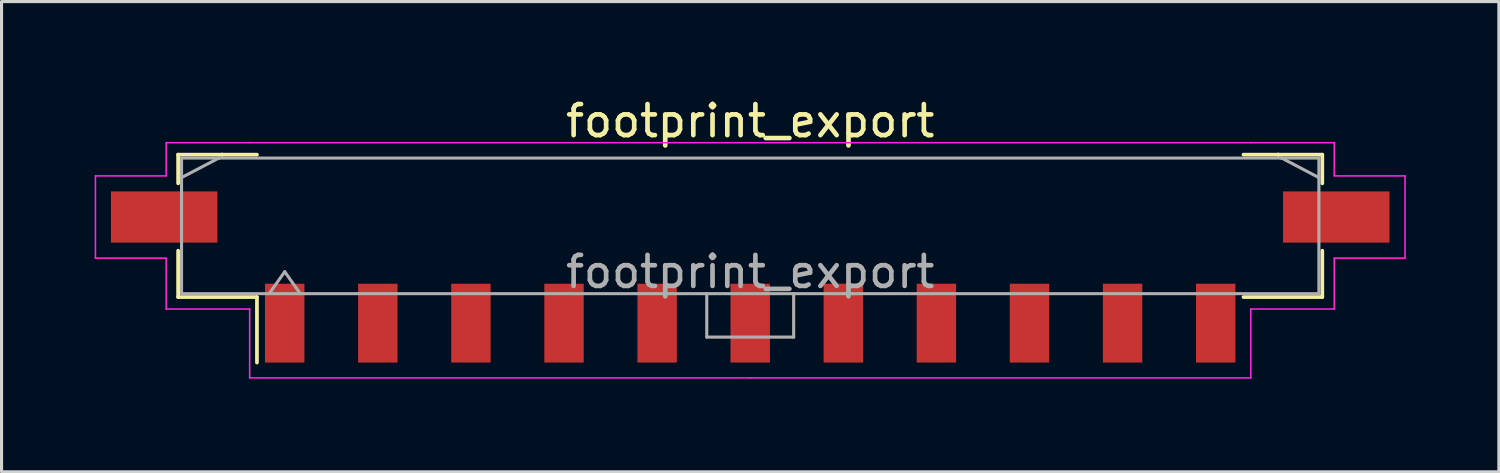
<source format=kicad_pcb>
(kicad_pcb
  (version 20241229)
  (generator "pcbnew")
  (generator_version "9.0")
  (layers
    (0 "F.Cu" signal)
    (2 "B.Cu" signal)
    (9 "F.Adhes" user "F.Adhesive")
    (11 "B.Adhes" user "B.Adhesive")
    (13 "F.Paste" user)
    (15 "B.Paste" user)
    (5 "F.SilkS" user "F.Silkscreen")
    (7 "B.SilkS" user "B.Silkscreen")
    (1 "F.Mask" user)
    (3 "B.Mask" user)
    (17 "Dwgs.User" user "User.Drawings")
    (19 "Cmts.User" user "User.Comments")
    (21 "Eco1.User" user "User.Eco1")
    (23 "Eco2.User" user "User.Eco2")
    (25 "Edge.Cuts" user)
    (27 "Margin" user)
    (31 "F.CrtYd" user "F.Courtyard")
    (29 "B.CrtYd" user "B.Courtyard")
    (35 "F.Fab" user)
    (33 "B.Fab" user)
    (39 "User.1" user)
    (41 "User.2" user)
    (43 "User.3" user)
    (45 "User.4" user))
  (footprint "footprint_export"
    (layer "F.Cu")
    (at 21.125 4.228)
    (property "Reference" "footprint_export" (at 0 -3.38 0) (layer "F.SilkS") (effects (font (size 1 1) (thickness 0.15))))
    (attr smd)
    (fp_line (start -18.435 -2.295) (end -17.015 -2.295) (stroke (width 0.12) (type solid)) (layer "F.SilkS"))
    (fp_line (start -18.435 -1.37) (end -18.435 -2.295) (stroke (width 0.12) (type solid)) (layer "F.SilkS"))
    (fp_line (start -18.435 0.8) (end -18.435 2.295) (stroke (width 0.12) (type solid)) (layer "F.SilkS"))
    (fp_line (start -18.435 2.295) (end -15.895 2.295) (stroke (width 0.12) (type solid)) (layer "F.SilkS"))
    (fp_line (start -17.015 -2.295) (end -17.015 -2.295) (stroke (width 0.12) (type solid)) (layer "F.SilkS"))
    (fp_line (start -17.015 -2.295) (end -15.895 -2.295) (stroke (width 0.12) (type solid)) (layer "F.SilkS"))
    (fp_line (start -15.895 2.295) (end -15.895 4.405) (stroke (width 0.12) (type solid)) (layer "F.SilkS"))
    (fp_line (start 17.015 -2.295) (end 15.895 -2.295) (stroke (width 0.12) (type solid)) (layer "F.SilkS"))
    (fp_line (start 17.015 -2.295) (end 17.015 -2.295) (stroke (width 0.12) (type solid)) (layer "F.SilkS"))
    (fp_line (start 18.435 -2.295) (end 17.015 -2.295) (stroke (width 0.12) (type solid)) (layer "F.SilkS"))
    (fp_line (start 18.435 -1.37) (end 18.435 -2.295) (stroke (width 0.12) (type solid)) (layer "F.SilkS"))
    (fp_line (start 18.435 0.8) (end 18.435 2.295) (stroke (width 0.12) (type solid)) (layer "F.SilkS"))
    (fp_line (start 18.435 2.295) (end 15.895 2.295) (stroke (width 0.12) (type solid)) (layer "F.SilkS"))
    (fp_line (start -21.1 -1.61) (end -21.1 1.04) (stroke (width 0.05) (type solid)) (layer "F.CrtYd"))
    (fp_line (start -21.1 1.04) (end -18.82 1.04) (stroke (width 0.05) (type solid)) (layer "F.CrtYd"))
    (fp_line (start -18.82 -2.68) (end -18.82 -1.61) (stroke (width 0.05) (type solid)) (layer "F.CrtYd"))
    (fp_line (start -18.82 -1.61) (end -21.1 -1.61) (stroke (width 0.05) (type solid)) (layer "F.CrtYd"))
    (fp_line (start -18.82 1.04) (end -18.82 2.68) (stroke (width 0.05) (type solid)) (layer "F.CrtYd"))
    (fp_line (start -18.82 2.68) (end -16.13 2.68) (stroke (width 0.05) (type solid)) (layer "F.CrtYd"))
    (fp_line (start -16.13 -2.68) (end -18.82 -2.68) (stroke (width 0.05) (type solid)) (layer "F.CrtYd"))
    (fp_line (start -16.13 2.68) (end -16.13 4.9) (stroke (width 0.05) (type solid)) (layer "F.CrtYd"))
    (fp_line (start -16.13 4.9) (end 0 4.9) (stroke (width 0.05) (type solid)) (layer "F.CrtYd"))
    (fp_line (start 0 -2.68) (end -16.13 -2.68) (stroke (width 0.05) (type solid)) (layer "F.CrtYd"))
    (fp_line (start 0 -2.68) (end 16.13 -2.68) (stroke (width 0.05) (type solid)) (layer "F.CrtYd"))
    (fp_line (start 16.13 -2.68) (end 18.82 -2.68) (stroke (width 0.05) (type solid)) (layer "F.CrtYd"))
    (fp_line (start 16.13 2.68) (end 16.13 4.9) (stroke (width 0.05) (type solid)) (layer "F.CrtYd"))
    (fp_line (start 16.13 4.9) (end 0 4.9) (stroke (width 0.05) (type solid)) (layer "F.CrtYd"))
    (fp_line (start 18.82 -2.68) (end 18.82 -1.61) (stroke (width 0.05) (type solid)) (layer "F.CrtYd"))
    (fp_line (start 18.82 -1.61) (end 21.1 -1.61) (stroke (width 0.05) (type solid)) (layer "F.CrtYd"))
    (fp_line (start 18.82 1.04) (end 18.82 2.68) (stroke (width 0.05) (type solid)) (layer "F.CrtYd"))
    (fp_line (start 18.82 2.68) (end 16.13 2.68) (stroke (width 0.05) (type solid)) (layer "F.CrtYd"))
    (fp_line (start 21.1 -1.61) (end 21.1 1.04) (stroke (width 0.05) (type solid)) (layer "F.CrtYd"))
    (fp_line (start 21.1 1.04) (end 18.82 1.04) (stroke (width 0.05) (type solid)) (layer "F.CrtYd"))
    (fp_line (start -18.325 -2.185) (end -18.325 2.185) (stroke (width 0.1) (type solid)) (layer "F.Fab"))
    (fp_line (start -18.325 -1.555) (end -17.125 -2.185) (stroke (width 0.1) (type solid)) (layer "F.Fab"))
    (fp_line (start -18.325 2.185) (end 18.325 2.185) (stroke (width 0.1) (type solid)) (layer "F.Fab"))
    (fp_line (start -17.125 -2.185) (end -18.325 -2.185) (stroke (width 0.1) (type solid)) (layer "F.Fab"))
    (fp_line (start -17.125 -2.185) (end -17.125 -2.185) (stroke (width 0.1) (type solid)) (layer "F.Fab"))
    (fp_line (start -15.5 2.185) (end -15 1.478) (stroke (width 0.1) (type solid)) (layer "F.Fab"))
    (fp_line (start -15 1.478) (end -14.5 2.185) (stroke (width 0.1) (type solid)) (layer "F.Fab"))
    (fp_line (start -1.4 2.185) (end -1.4 3.585) (stroke (width 0.1) (type solid)) (layer "F.Fab"))
    (fp_line (start -1.4 3.585) (end 1.4 3.585) (stroke (width 0.1) (type solid)) (layer "F.Fab"))
    (fp_line (start 1.4 3.585) (end 1.4 2.185) (stroke (width 0.1) (type solid)) (layer "F.Fab"))
    (fp_line (start 17.125 -2.185) (end -17.125 -2.185) (stroke (width 0.1) (type solid)) (layer "F.Fab"))
    (fp_line (start 17.125 -2.185) (end 17.125 -2.185) (stroke (width 0.1) (type solid)) (layer "F.Fab"))
    (fp_line (start 18.325 -2.185) (end 17.125 -2.185) (stroke (width 0.1) (type solid)) (layer "F.Fab"))
    (fp_line (start 18.325 -1.555) (end 17.125 -2.185) (stroke (width 0.1) (type solid)) (layer "F.Fab"))
    (fp_line (start 18.325 2.185) (end 18.325 -2.185) (stroke (width 0.1) (type solid)) (layer "F.Fab"))
    (fp_text user "${REFERENCE}" (at 0 1.48 0) (layer "F.Fab") (effects (font (size 1 1) (thickness 0.15))))
    (pad "1" smd rect (at -15 3.135) (size 1.27 2.54) (layers "F.Cu" "F.Mask" "F.Paste"))
    (pad "2" smd rect (at -12 3.135) (size 1.27 2.54) (layers "F.Cu" "F.Mask" "F.Paste"))
    (pad "3" smd rect (at -9 3.135) (size 1.27 2.54) (layers "F.Cu" "F.Mask" "F.Paste"))
    (pad "4" smd rect (at -6 3.135) (size 1.27 2.54) (layers "F.Cu" "F.Mask" "F.Paste"))
    (pad "5" smd rect (at -3 3.135) (size 1.27 2.54) (layers "F.Cu" "F.Mask" "F.Paste"))
    (pad "6" smd rect (at 0 3.135) (size 1.27 2.54) (layers "F.Cu" "F.Mask" "F.Paste"))
    (pad "7" smd rect (at 3 3.135) (size 1.27 2.54) (layers "F.Cu" "F.Mask" "F.Paste"))
    (pad "8" smd rect (at 6 3.135) (size 1.27 2.54) (layers "F.Cu" "F.Mask" "F.Paste"))
    (pad "9" smd rect (at 9 3.135) (size 1.27 2.54) (layers "F.Cu" "F.Mask" "F.Paste"))
    (pad "10" smd rect (at 12 3.135) (size 1.27 2.54) (layers "F.Cu" "F.Mask" "F.Paste"))
    (pad "11" smd rect (at 15 3.135) (size 1.27 2.54) (layers "F.Cu" "F.Mask" "F.Paste"))
    (pad "MP" smd rect (at -18.885 -0.285) (size 3.43 1.65) (layers "F.Cu" "F.Mask" "F.Paste"))
    (pad "MP" smd rect (at 18.885 -0.285) (size 3.43 1.65) (layers "F.Cu" "F.Mask" "F.Paste")))
  (gr_rect
    (start -3 -3)
    (end 45.25 12.153)
    (stroke (width 0.1) (type default))
    (fill no)
    (layer "Edge.Cuts")))
</source>
